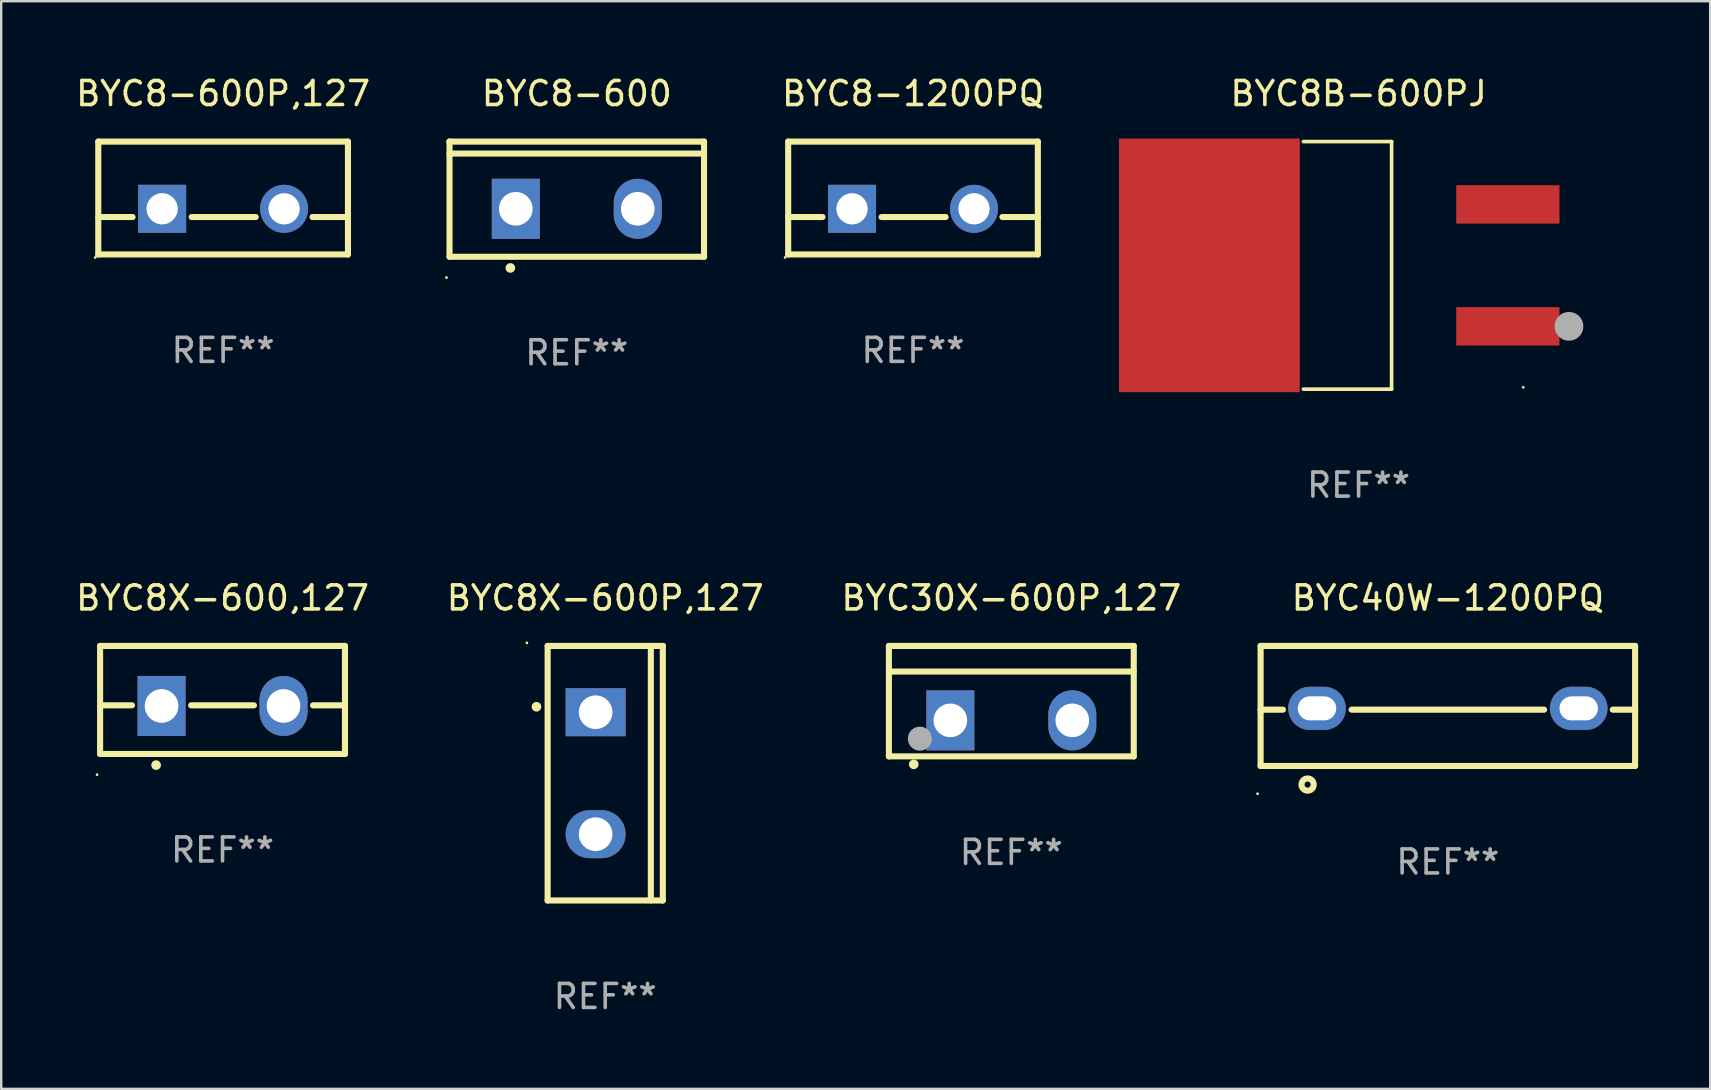
<source format=kicad_pcb>
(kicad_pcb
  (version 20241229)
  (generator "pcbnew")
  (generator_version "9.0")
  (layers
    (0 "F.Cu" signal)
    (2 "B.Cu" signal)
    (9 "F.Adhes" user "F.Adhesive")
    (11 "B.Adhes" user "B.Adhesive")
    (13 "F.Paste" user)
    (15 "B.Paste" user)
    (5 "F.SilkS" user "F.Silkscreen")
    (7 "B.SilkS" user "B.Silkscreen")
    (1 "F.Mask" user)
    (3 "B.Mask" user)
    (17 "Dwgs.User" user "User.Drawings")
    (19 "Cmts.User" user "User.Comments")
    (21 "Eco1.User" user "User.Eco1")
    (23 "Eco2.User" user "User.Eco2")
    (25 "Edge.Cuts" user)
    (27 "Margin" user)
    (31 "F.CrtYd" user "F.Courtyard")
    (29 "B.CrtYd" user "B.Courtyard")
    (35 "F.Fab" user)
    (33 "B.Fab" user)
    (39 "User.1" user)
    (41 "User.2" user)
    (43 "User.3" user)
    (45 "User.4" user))
  (footprint "BYC8X-600,127"
    (layer "F.Cu")
    (at 6.22 26.107)
    (property "Reference" "BYC8X-600,127" (at 0 -4.25 0) (layer "F.SilkS") (effects (font (size 1 1) (thickness 0.15))))
    (attr through_hole)
    (fp_line (start -5.1 -2.25) (end -5.1 2.25) (stroke (width 0.254) (type solid)) (layer "F.SilkS"))
    (fp_line (start -5.1 0.224) (end -3.772 0.224) (stroke (width 0.254) (type solid)) (layer "F.SilkS"))
    (fp_line (start -5.1 2.25) (end 5.1 2.25) (stroke (width 0.254) (type solid)) (layer "F.SilkS"))
    (fp_line (start -1.308 0.224) (end 1.309 0.224) (stroke (width 0.254) (type solid)) (layer "F.SilkS"))
    (fp_line (start 3.771 0.224) (end 5.1 0.224) (stroke (width 0.254) (type solid)) (layer "F.SilkS"))
    (fp_line (start 5.1 -2.25) (end -5.1 -2.25) (stroke (width 0.254) (type solid)) (layer "F.SilkS"))
    (fp_line (start 5.1 -2.25) (end 5.1 2.25) (stroke (width 0.254) (type solid)) (layer "F.SilkS"))
    (fp_arc (start -2.768606 2.713805) (mid -2.767336 2.713801) (end -2.766066 2.713805) (stroke (width 0.4) (type solid)) (layer "F.SilkS"))
    (fp_circle (center -5.227 3.114) (end -5.197 3.114) (stroke (width 0.06) (type solid)) (fill no) (layer "F.SilkS"))
    (fp_text user "REF**" (at 0 6.25 0) (layer "F.Fab") (effects (font (size 1 1) (thickness 0.15))))
    (pad "1" thru_hole rect (at -2.54 0.25) (size 2 2.5) (drill 1.4) (layers "*.Cu" "*.Mask"))
    (pad "3" thru_hole oval (at 2.54 0.25) (size 2 2.5) (drill 1.4) (layers "*.Cu" "*.Mask")))
  (footprint "BYC8X-600P,127"
    (layer "F.Cu")
    (at 22.161 29.158)
    (property "Reference" "BYC8X-600P,127" (at 0 -7.301 0) (layer "F.SilkS") (effects (font (size 1 1) (thickness 0.15))))
    (attr through_hole)
    (fp_line (start -2.399 -5.301) (end 2.394 -5.301) (stroke (width 0.254) (type solid)) (layer "F.SilkS"))
    (fp_line (start -2.399 5.301) (end -2.399 -5.301) (stroke (width 0.254) (type solid)) (layer "F.SilkS"))
    (fp_line (start 1.9 5.3) (end 1.9 -5.3) (stroke (width 0.254) (type solid)) (layer "F.SilkS"))
    (fp_line (start 2.394 -5.301) (end 2.399 -5.301) (stroke (width 0.254) (type solid)) (layer "F.SilkS"))
    (fp_line (start 2.399 -5.301) (end 2.399 5.301) (stroke (width 0.254) (type solid)) (layer "F.SilkS"))
    (fp_line (start 2.399 5.301) (end -2.399 5.301) (stroke (width 0.254) (type solid)) (layer "F.SilkS"))
    (fp_arc (start -2.863843 -2.766066) (mid -2.863847 -2.767336) (end -2.863843 -2.768606) (stroke (width 0.4) (type solid)) (layer "F.SilkS"))
    (fp_circle (center -3.264 -5.428) (end -3.234 -5.428) (stroke (width 0.06) (type solid)) (fill no) (layer "F.SilkS"))
    (fp_text user "REF**" (at 0 9.301 0) (layer "F.Fab") (effects (font (size 1 1) (thickness 0.15))))
    (pad "1" thru_hole rect (at -0.4 -2.54 270) (size 2 2.5) (drill 1.4) (layers "*.Cu" "*.Mask"))
    (pad "2" thru_hole oval (at -0.4 2.54 270) (size 2 2.5) (drill 1.4) (layers "*.Cu" "*.Mask")))
  (footprint "BYC30X-600P,127"
    (layer "F.Cu")
    (at 39.077 26.157)
    (property "Reference" "BYC30X-600P,127" (at 0 -4.3 0) (layer "F.SilkS") (effects (font (size 1 1) (thickness 0.15))))
    (attr through_hole)
    (fp_line (start -5.1 -2.3) (end -5.1 2.3) (stroke (width 0.254) (type solid)) (layer "F.SilkS"))
    (fp_line (start -5.1 2.3) (end 5.1 2.3) (stroke (width 0.254) (type solid)) (layer "F.SilkS"))
    (fp_line (start -5.08 -1.232) (end 5.1 -1.232) (stroke (width 0.254) (type solid)) (layer "F.SilkS"))
    (fp_line (start 5.1 -2.3) (end -5.1 -2.3) (stroke (width 0.254) (type solid)) (layer "F.SilkS"))
    (fp_line (start 5.1 -2.3) (end 5.1 2.3) (stroke (width 0.254) (type solid)) (layer "F.SilkS"))
    (fp_arc (start -4.065278 2.632004) (mid -4.064008 2.632) (end -4.062738 2.632004) (stroke (width 0.4) (type solid)) (layer "F.SilkS"))
    (fp_circle (center -5.1 2.32) (end -5.07 2.32) (stroke (width 0.06) (type solid)) (fill no) (layer "F.SilkS"))
    (fp_circle (center -3.81 1.562) (end -3.56 1.562) (stroke (width 0.5) (type solid)) (fill no) (layer "F.Fab"))
    (fp_text user "REF**" (at 0 6.3 0) (layer "F.Fab") (effects (font (size 1 1) (thickness 0.15))))
    (pad "1" thru_hole rect (at -2.54 0.8) (size 2 2.5) (drill 1.4) (layers "*.Cu" "*.Mask"))
    (pad "2" thru_hole oval (at 2.54 0.8) (size 2 2.5) (drill 1.4) (layers "*.Cu" "*.Mask")))
  (footprint "BYC40W-1200PQ"
    (layer "F.Cu")
    (at 57.261 26.357)
    (property "Reference" "BYC40W-1200PQ" (at 0 -4.5 0) (layer "F.SilkS") (effects (font (size 1 1) (thickness 0.15))))
    (attr through_hole)
    (fp_line (start -7.8 -2.5) (end -7.8 2.5) (stroke (width 0.254) (type solid)) (layer "F.SilkS"))
    (fp_line (start -7.8 -2.5) (end 7.8 -2.5) (stroke (width 0.254) (type solid)) (layer "F.SilkS"))
    (fp_line (start -7.8 2.5) (end 7.8 2.5) (stroke (width 0.254) (type solid)) (layer "F.SilkS"))
    (fp_line (start -6.87 0.155) (end -7.8 0.155) (stroke (width 0.254) (type solid)) (layer "F.SilkS"))
    (fp_line (start 4.01 0.155) (end -4.01 0.155) (stroke (width 0.254) (type solid)) (layer "F.SilkS"))
    (fp_line (start 6.87 0.155) (end 7.8 0.155) (stroke (width 0.254) (type solid)) (layer "F.SilkS"))
    (fp_line (start 7.8 -2.5) (end 7.8 2.5) (stroke (width 0.254) (type solid)) (layer "F.SilkS"))
    (fp_circle (center -7.927 3.656) (end -7.897 3.656) (stroke (width 0.06) (type solid)) (fill no) (layer "F.SilkS"))
    (fp_circle (center -5.842 3.275) (end -5.588 3.275) (stroke (width 0.254) (type solid)) (fill no) (layer "F.SilkS"))
    (fp_text user "REF**" (at 0 6.5 0) (layer "F.Fab") (effects (font (size 1 1) (thickness 0.15))))
    (pad "1" thru_hole oval (at -5.45 0.1) (size 2.4 1.8) (drill oval 1.6 1) (layers "*.Cu" "*.Mask"))
    (pad "2" thru_hole oval (at 5.45 0.1) (size 2.4 1.8) (drill oval 1.6 1) (layers "*.Cu" "*.Mask")))
  (footprint "BYC8-1200PQ"
    (layer "F.Cu")
    (at 34.982 5.198)
    (property "Reference" "BYC8-1200PQ" (at 0 -4.35 0) (layer "F.SilkS") (effects (font (size 1 1) (thickness 0.15))))
    (attr through_hole)
    (fp_line (start -5.2 -2.35) (end -5.2 2.35) (stroke (width 0.254) (type solid)) (layer "F.SilkS"))
    (fp_line (start -5.2 -2.35) (end 5.2 -2.35) (stroke (width 0.254) (type solid)) (layer "F.SilkS"))
    (fp_line (start -5.2 0.792) (end -3.771 0.792) (stroke (width 0.254) (type solid)) (layer "F.SilkS"))
    (fp_line (start -5.2 2.35) (end 5.2 2.35) (stroke (width 0.254) (type solid)) (layer "F.SilkS"))
    (fp_line (start -1.309 0.792) (end 1.357 0.792) (stroke (width 0.254) (type solid)) (layer "F.SilkS"))
    (fp_line (start 3.723 0.792) (end 5.2 0.792) (stroke (width 0.254) (type solid)) (layer "F.SilkS"))
    (fp_line (start 5.2 -2.35) (end 5.2 2.35) (stroke (width 0.254) (type solid)) (layer "F.SilkS"))
    (fp_circle (center -5.327 2.477) (end -5.297 2.477) (stroke (width 0.06) (type solid)) (fill no) (layer "F.SilkS"))
    (fp_text user "REF**" (at 0 6.35 0) (layer "F.Fab") (effects (font (size 1 1) (thickness 0.15))))
    (pad "1" thru_hole rect (at -2.54 0.45) (size 2 2) (drill 1.3) (layers "*.Cu" "*.Mask"))
    (pad "2" thru_hole circle (at 2.54 0.45) (size 2 2) (drill 1.3) (layers "*.Cu" "*.Mask")))
  (footprint "BYC8-600P,127"
    (layer "F.Cu")
    (at 6.244 5.198)
    (property "Reference" "BYC8-600P,127" (at 0 -4.35 0) (layer "F.SilkS") (effects (font (size 1 1) (thickness 0.15))))
    (attr through_hole)
    (fp_line (start -5.2 -2.35) (end -5.2 2.35) (stroke (width 0.254) (type solid)) (layer "F.SilkS"))
    (fp_line (start -5.2 -2.35) (end 5.2 -2.35) (stroke (width 0.254) (type solid)) (layer "F.SilkS"))
    (fp_line (start -5.2 0.792) (end -3.771 0.792) (stroke (width 0.254) (type solid)) (layer "F.SilkS"))
    (fp_line (start -5.2 2.35) (end 5.2 2.35) (stroke (width 0.254) (type solid)) (layer "F.SilkS"))
    (fp_line (start -1.309 0.792) (end 1.357 0.792) (stroke (width 0.254) (type solid)) (layer "F.SilkS"))
    (fp_line (start 3.723 0.792) (end 5.2 0.792) (stroke (width 0.254) (type solid)) (layer "F.SilkS"))
    (fp_line (start 5.2 -2.35) (end 5.2 2.35) (stroke (width 0.254) (type solid)) (layer "F.SilkS"))
    (fp_circle (center -5.327 2.477) (end -5.297 2.477) (stroke (width 0.06) (type solid)) (fill no) (layer "F.SilkS"))
    (fp_text user "REF**" (at 0 6.35 0) (layer "F.Fab") (effects (font (size 1 1) (thickness 0.15))))
    (pad "1" thru_hole rect (at -2.54 0.45) (size 2 2) (drill 1.3) (layers "*.Cu" "*.Mask"))
    (pad "2" thru_hole circle (at 2.54 0.45) (size 2 2) (drill 1.3) (layers "*.Cu" "*.Mask")))
  (footprint "BYC8-600"
    (layer "F.Cu")
    (at 20.976 5.247)
    (property "Reference" "BYC8-600" (at 0 -4.399 0) (layer "F.SilkS") (effects (font (size 1 1) (thickness 0.15))))
    (attr through_hole)
    (fp_line (start -5.301 -2.399) (end 5.301 -2.399) (stroke (width 0.254) (type solid)) (layer "F.SilkS"))
    (fp_line (start -5.301 -2.394) (end -5.301 -2.399) (stroke (width 0.254) (type solid)) (layer "F.SilkS"))
    (fp_line (start -5.301 2.399) (end -5.301 -2.394) (stroke (width 0.254) (type solid)) (layer "F.SilkS"))
    (fp_line (start 5.3 -1.9) (end -5.3 -1.9) (stroke (width 0.254) (type solid)) (layer "F.SilkS"))
    (fp_line (start 5.301 -2.399) (end 5.301 2.399) (stroke (width 0.254) (type solid)) (layer "F.SilkS"))
    (fp_line (start 5.301 2.399) (end -5.301 2.399) (stroke (width 0.254) (type solid)) (layer "F.SilkS"))
    (fp_arc (start -2.768606 2.863843) (mid -2.767336 2.863839) (end -2.766066 2.863843) (stroke (width 0.4) (type solid)) (layer "F.SilkS"))
    (fp_circle (center -5.428 3.264) (end -5.398 3.264) (stroke (width 0.06) (type solid)) (fill no) (layer "F.SilkS"))
    (fp_text user "REF**" (at 0 6.399 0) (layer "F.Fab") (effects (font (size 1 1) (thickness 0.15))))
    (pad "1" thru_hole rect (at -2.54 0.4) (size 2 2.5) (drill 1.4) (layers "*.Cu" "*.Mask"))
    (pad "2" thru_hole oval (at 2.54 0.4) (size 2 2.5) (drill 1.4) (layers "*.Cu" "*.Mask")))
  (footprint "BYC8B-600PJ"
    (layer "F.Cu")
    (at 53.543 8.004)
    (property "Reference" "BYC8B-600PJ" (at 0 -7.156 0) (layer "F.SilkS") (effects (font (size 1 1) (thickness 0.15))))
    (attr through_hole)
    (fp_line (start -2.3 -5.156) (end 1.374 -5.156) (stroke (width 0.152) (type solid)) (layer "F.SilkS"))
    (fp_line (start -2.3 5.156) (end 1.374 5.156) (stroke (width 0.152) (type solid)) (layer "F.SilkS"))
    (fp_line (start 1.374 5.156) (end 1.374 -5.156) (stroke (width 0.152) (type solid)) (layer "F.SilkS"))
    (fp_circle (center 6.858 5.08) (end 6.888 5.08) (stroke (width 0.06) (type solid)) (fill no) (layer "F.SilkS"))
    (fp_circle (center 8.763 2.54) (end 9.063 2.54) (stroke (width 0.6) (type solid)) (fill no) (layer "F.Fab"))
    (fp_text user "REF**" (at 0 9.156 0) (layer "F.Fab") (effects (font (size 1 1) (thickness 0.15))))
    (pad "1" smd rect (at 6.218 2.54 180) (size 4.3 1.6) (layers "F.Cu" "F.Mask" "F.Paste"))
    (pad "2" smd rect (at -6.218 0 180) (size 7.532 10.566) (layers "F.Cu" "F.Mask" "F.Paste"))
    (pad "3" smd rect (at 6.218 -2.54 180) (size 4.3 1.6) (layers "F.Cu" "F.Mask" "F.Paste")))
  (gr_rect
    (start -3 -3)
    (end 68.188 42.307)
    (stroke (width 0.1) (type default))
    (fill no)
    (layer "Edge.Cuts")))
</source>
